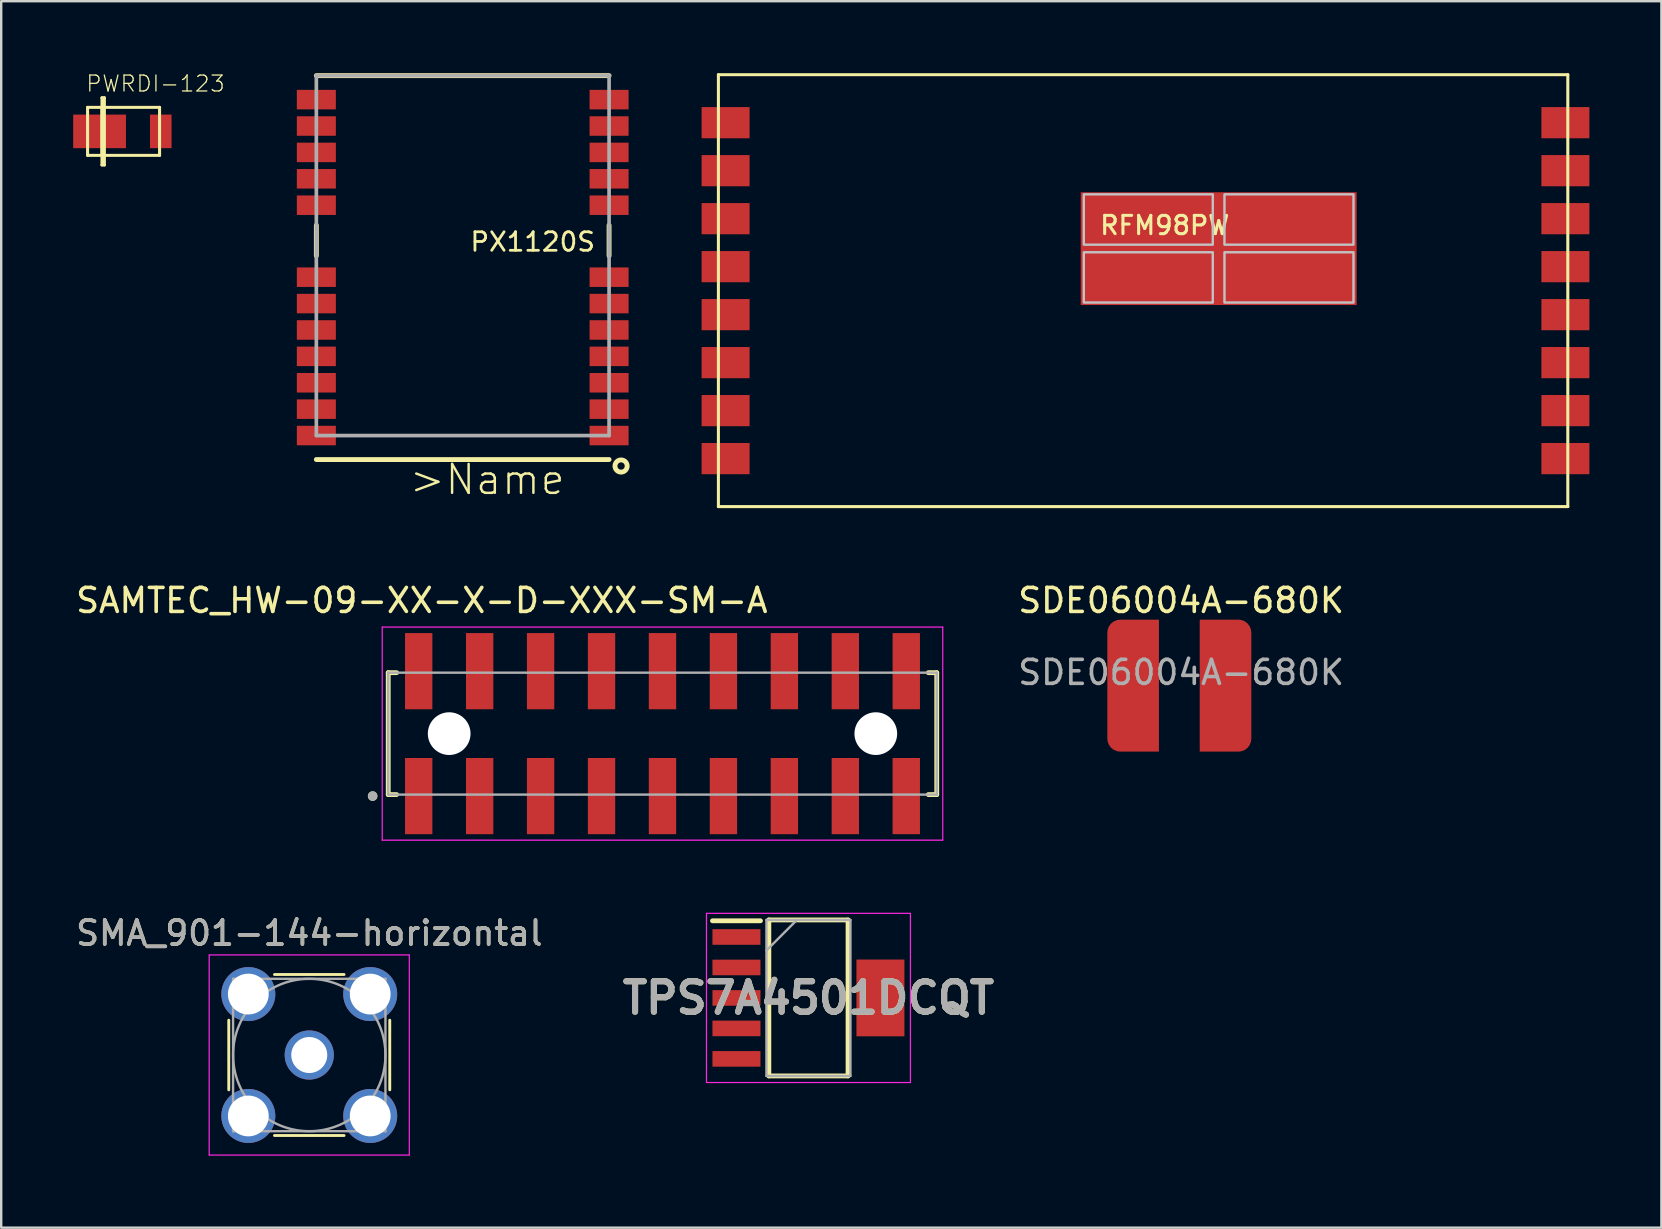
<source format=kicad_pcb>
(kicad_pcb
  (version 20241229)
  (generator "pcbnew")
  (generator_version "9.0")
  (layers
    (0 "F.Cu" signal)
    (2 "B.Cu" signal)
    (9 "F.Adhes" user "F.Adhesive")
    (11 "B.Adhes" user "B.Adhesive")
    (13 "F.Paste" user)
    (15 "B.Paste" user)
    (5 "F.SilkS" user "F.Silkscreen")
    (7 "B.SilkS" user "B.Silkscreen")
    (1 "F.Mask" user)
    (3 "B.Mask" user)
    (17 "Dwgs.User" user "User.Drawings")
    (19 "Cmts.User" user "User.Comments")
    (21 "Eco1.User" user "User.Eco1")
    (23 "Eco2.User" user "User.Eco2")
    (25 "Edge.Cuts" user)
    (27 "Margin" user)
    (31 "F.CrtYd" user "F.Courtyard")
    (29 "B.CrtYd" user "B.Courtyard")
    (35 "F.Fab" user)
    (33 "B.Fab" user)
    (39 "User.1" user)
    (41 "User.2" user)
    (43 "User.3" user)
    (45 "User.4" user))
  (footprint "PWRDI-123"
    (layer "F.Cu")
    (at 2.1 2.425)
    (property "Reference" "PWRDI-123" (at -1.6 -1.6 0) (layer "F.SilkS") (effects (font (size 0.665 0.665) (thickness 0.053)) (justify left bottom)))
    (attr smd)
    (fp_line (start -1.5 -1) (end -0.9 -1) (stroke (width 0.127) (type solid)) (layer "F.SilkS"))
    (fp_line (start -1.5 1) (end -1.5 -1) (stroke (width 0.127) (type solid)) (layer "F.SilkS"))
    (fp_line (start -0.9 -1.4) (end -0.9 1.4) (stroke (width 0.127) (type solid)) (layer "F.SilkS"))
    (fp_line (start -0.9 -1) (end -0.9 1) (stroke (width 0.127) (type solid)) (layer "F.SilkS"))
    (fp_line (start -0.9 -1) (end -0.8 -1) (stroke (width 0.127) (type solid)) (layer "F.SilkS"))
    (fp_line (start -0.9 1) (end -1.5 1) (stroke (width 0.127) (type solid)) (layer "F.SilkS"))
    (fp_line (start -0.9 1) (end -0.8 1) (stroke (width 0.127) (type solid)) (layer "F.SilkS"))
    (fp_line (start -0.9 1.4) (end -0.8 1.4) (stroke (width 0.127) (type solid)) (layer "F.SilkS"))
    (fp_line (start -0.8 -1.4) (end -0.9 -1.4) (stroke (width 0.127) (type solid)) (layer "F.SilkS"))
    (fp_line (start -0.8 -1) (end -0.8 -1.4) (stroke (width 0.127) (type solid)) (layer "F.SilkS"))
    (fp_line (start -0.8 -1) (end 1.5 -1) (stroke (width 0.127) (type solid)) (layer "F.SilkS"))
    (fp_line (start -0.8 1) (end -0.8 -1) (stroke (width 0.127) (type solid)) (layer "F.SilkS"))
    (fp_line (start -0.8 1.4) (end -0.8 1) (stroke (width 0.127) (type solid)) (layer "F.SilkS"))
    (fp_line (start 1.5 -1) (end 1.5 1) (stroke (width 0.127) (type solid)) (layer "F.SilkS"))
    (fp_line (start 1.5 1) (end -0.8 1) (stroke (width 0.127) (type solid)) (layer "F.SilkS"))
    (pad "A" smd rect (at 1.55 0) (size 0.9 1.4) (layers "F.Cu" "F.Mask" "F.Paste"))
    (pad "C" smd rect (at -1 0) (size 2.2 1.4) (layers "F.Cu" "F.Mask" "F.Paste")))
  (footprint "RFM98PW"
    (layer "F.Cu")
    (at 44.59 9.063)
    (property "Reference" "RFM98PW" (at -1.867 -3.167 180) (layer "F.SilkS") (effects (font (size 0.762 0.762) (thickness 0.127)) (justify left top)))
    (attr smd)
    (fp_line (start -17.7 -9) (end 17.7 -9) (stroke (width 0.127) (type solid)) (layer "F.SilkS"))
    (fp_line (start -17.7 9) (end -17.7 -9) (stroke (width 0.127) (type solid)) (layer "F.SilkS"))
    (fp_line (start -17.7 9) (end 17.7 9) (stroke (width 0.127) (type solid)) (layer "F.SilkS"))
    (fp_line (start 17.7 9) (end 17.7 -9) (stroke (width 0.127) (type solid)) (layer "F.SilkS"))
    (fp_poly (pts (xy 2.904 -1.917) (xy -2.472 -1.917) (xy -2.472 -4.013) (xy 2.904 -4.013)) (stroke (width 0.1) (type solid)) (fill no) (layer "Dwgs.User"))
    (fp_poly (pts (xy 2.904 0.496) (xy -2.472 0.496) (xy -2.472 -1.6) (xy 2.904 -1.6)) (stroke (width 0.1) (type solid)) (fill no) (layer "Dwgs.User"))
    (fp_poly (pts (xy 8.768 -1.917) (xy 3.391 -1.917) (xy 3.391 -4.013) (xy 8.768 -4.013)) (stroke (width 0.1) (type solid)) (fill no) (layer "Dwgs.User"))
    (fp_poly (pts (xy 8.768 0.496) (xy 3.391 0.496) (xy 3.391 -1.6) (xy 8.768 -1.6)) (stroke (width 0.1) (type solid)) (fill no) (layer "Dwgs.User"))
    (pad "1" smd rect (at 17.6 7) (size 2 1.3) (layers "F.Cu" "F.Mask" "F.Paste"))
    (pad "2" smd rect (at 17.6 5) (size 2 1.3) (layers "F.Cu" "F.Mask" "F.Paste"))
    (pad "3" smd rect (at 17.6 3) (size 2 1.3) (layers "F.Cu" "F.Mask" "F.Paste"))
    (pad "4" smd rect (at 17.6 1) (size 2 1.3) (layers "F.Cu" "F.Mask" "F.Paste"))
    (pad "5" smd rect (at 17.6 -1) (size 2 1.3) (layers "F.Cu" "F.Mask" "F.Paste"))
    (pad "6" smd rect (at 17.6 -3) (size 2 1.3) (layers "F.Cu" "F.Mask" "F.Paste"))
    (pad "7" smd rect (at 17.6 -5) (size 2 1.3) (layers "F.Cu" "F.Mask" "F.Paste"))
    (pad "8" smd rect (at 17.6 -7) (size 2 1.3) (layers "F.Cu" "F.Mask" "F.Paste"))
    (pad "9" smd rect (at -17.4 -7) (size 2 1.3) (layers "F.Cu" "F.Mask" "F.Paste"))
    (pad "10" smd rect (at -17.4 -5) (size 2 1.3) (layers "F.Cu" "F.Mask" "F.Paste"))
    (pad "11" smd rect (at -17.4 -3) (size 2 1.3) (layers "F.Cu" "F.Mask" "F.Paste"))
    (pad "12" smd rect (at -17.4 -1) (size 2 1.3) (layers "F.Cu" "F.Mask" "F.Paste"))
    (pad "13" smd rect (at -17.4 1) (size 2 1.3) (layers "F.Cu" "F.Mask" "F.Paste"))
    (pad "14" smd rect (at -17.4 3) (size 2 1.3) (layers "F.Cu" "F.Mask" "F.Paste"))
    (pad "15" smd rect (at -17.4 5) (size 2 1.3) (layers "F.Cu" "F.Mask" "F.Paste"))
    (pad "16" smd rect (at -17.4 7) (size 2 1.3) (layers "F.Cu" "F.Mask" "F.Paste"))
    (pad "17" smd rect (at 3.15 -1.75) (size 11.5 4.7) (layers "F.Cu" "F.Mask" "F.Paste")))
  (footprint "SDE06004A-680K"
    (layer "F.Cu")
    (at 46.175 22.475)
    (property "Reference" "SDE06004A-680K" (at 0 -0.5 0) (unlocked yes) (layer "F.SilkS") (effects (font (size 1 1) (thickness 0.15))))
    (attr smd)
    (fp_text user "${REFERENCE}" (at 0 2.5 0) (unlocked yes) (layer "F.Fab") (effects (font (size 1 1) (thickness 0.15))))
    (pad "1" smd roundrect (at -2 3.05) (size 2.15 5.5) (layers "F.Cu" "F.Mask" "F.Paste") (roundrect_rratio 0.25) (chamfer_ratio 0) (chamfer top_right bottom_right))
    (pad "2" smd roundrect (at 1.85 3.05) (size 2.15 5.5) (layers "F.Cu" "F.Mask" "F.Paste") (roundrect_rratio 0.25) (chamfer_ratio 0) (chamfer top_left bottom_left)))
  (footprint "SMA_901-144-horizontal"
    (layer "F.Cu")
    (at 9.839 40.919)
    (property "Reference" "SMA_901-144-horizontal" (at 0 -5.08 0) (layer "F.SilkS") (effects (font (size 1 1) (thickness 0.15))))
    (attr through_hole)
    (fp_line (start -3.355 -1.45) (end -3.355 1.45) (stroke (width 0.12) (type solid)) (layer "F.SilkS"))
    (fp_line (start -1.45 -3.355) (end 1.45 -3.355) (stroke (width 0.12) (type solid)) (layer "F.SilkS"))
    (fp_line (start -1.45 3.355) (end 1.45 3.355) (stroke (width 0.12) (type solid)) (layer "F.SilkS"))
    (fp_line (start 3.355 -1.45) (end 3.355 1.45) (stroke (width 0.12) (type solid)) (layer "F.SilkS"))
    (fp_line (start -4.17 -4.17) (end -4.17 4.17) (stroke (width 0.05) (type solid)) (layer "F.CrtYd"))
    (fp_line (start -4.17 -4.17) (end 4.17 -4.17) (stroke (width 0.05) (type solid)) (layer "F.CrtYd"))
    (fp_line (start 4.17 4.17) (end -4.17 4.17) (stroke (width 0.05) (type solid)) (layer "F.CrtYd"))
    (fp_line (start 4.17 4.17) (end 4.17 -4.17) (stroke (width 0.05) (type solid)) (layer "F.CrtYd"))
    (fp_line (start -3.175 -3.175) (end -3.175 3.175) (stroke (width 0.1) (type solid)) (layer "F.Fab"))
    (fp_line (start -3.175 -3.175) (end 3.175 -3.175) (stroke (width 0.1) (type solid)) (layer "F.Fab"))
    (fp_line (start -3.175 3.175) (end 3.175 3.175) (stroke (width 0.1) (type solid)) (layer "F.Fab"))
    (fp_line (start 3.175 -3.175) (end 3.175 3.175) (stroke (width 0.1) (type solid)) (layer "F.Fab"))
    (fp_circle (center 0 0) (end 3.175 0) (stroke (width 0.1) (type solid)) (fill no) (layer "F.Fab"))
    (fp_text user "${REFERENCE}" (at 0 -5.08 0) (layer "F.Fab") (effects (font (size 1 1) (thickness 0.15))))
    (pad "1" thru_hole circle (at 0 0) (size 2.05 2.05) (drill 1.5) (layers "*.Cu" "*.Mask"))
    (pad "2" thru_hole circle (at -2.54 -2.54) (size 2.25 2.25) (drill 1.7) (layers "*.Cu" "*.Mask"))
    (pad "2" thru_hole circle (at -2.54 2.54) (size 2.25 2.25) (drill 1.7) (layers "*.Cu" "*.Mask"))
    (pad "2" thru_hole circle (at 2.54 -2.54) (size 2.25 2.25) (drill 1.7) (layers "*.Cu" "*.Mask"))
    (pad "2" thru_hole circle (at 2.54 2.54) (size 2.25 2.25) (drill 1.7) (layers "*.Cu" "*.Mask")))
  (footprint "SAMTEC_HW-09-XX-X-D-XXX-SM-A"
    (layer "F.Cu")
    (at 24.56 27.525)
    (property "Reference" "SAMTEC_HW-09-XX-X-D-XXX-SM-A" (at -10.03 -5.55 0) (layer "F.SilkS") (effects (font (size 1 1) (thickness 0.15))))
    (attr smd)
    (fp_line (start -11.43 -2.54) (end -11.08 -2.54) (stroke (width 0.2) (type solid)) (layer "F.SilkS"))
    (fp_line (start -11.43 2.54) (end -11.43 -2.54) (stroke (width 0.2) (type solid)) (layer "F.SilkS"))
    (fp_line (start -11.08 2.54) (end -11.43 2.54) (stroke (width 0.2) (type solid)) (layer "F.SilkS"))
    (fp_line (start 11.08 -2.54) (end 11.43 -2.54) (stroke (width 0.2) (type solid)) (layer "F.SilkS"))
    (fp_line (start 11.08 2.54) (end 11.43 2.54) (stroke (width 0.2) (type solid)) (layer "F.SilkS"))
    (fp_line (start 11.43 -2.54) (end 11.43 2.54) (stroke (width 0.2) (type solid)) (layer "F.SilkS"))
    (fp_circle (center -12.08 2.603) (end -11.98 2.603) (stroke (width 0.2) (type solid)) (fill no) (layer "F.SilkS"))
    (fp_line (start -11.68 -4.44) (end 11.68 -4.44) (stroke (width 0.05) (type solid)) (layer "F.CrtYd"))
    (fp_line (start -11.68 4.44) (end -11.68 -4.44) (stroke (width 0.05) (type solid)) (layer "F.CrtYd"))
    (fp_line (start 11.68 -4.44) (end 11.68 4.44) (stroke (width 0.05) (type solid)) (layer "F.CrtYd"))
    (fp_line (start 11.68 4.44) (end -11.68 4.44) (stroke (width 0.05) (type solid)) (layer "F.CrtYd"))
    (fp_line (start -11.43 -2.54) (end 11.43 -2.54) (stroke (width 0.1) (type solid)) (layer "F.Fab"))
    (fp_line (start -11.43 2.54) (end -11.43 -2.54) (stroke (width 0.1) (type solid)) (layer "F.Fab"))
    (fp_line (start 11.43 -2.54) (end 11.43 2.54) (stroke (width 0.1) (type solid)) (layer "F.Fab"))
    (fp_line (start 11.43 2.54) (end -11.43 2.54) (stroke (width 0.1) (type solid)) (layer "F.Fab"))
    (fp_circle (center -12.08 2.603) (end -11.98 2.603) (stroke (width 0.2) (type solid)) (fill no) (layer "F.Fab"))
    (pad "" np_thru_hole circle (at -8.89 0) (size 1.78 1.78) (drill 1.78) (layers "*.Cu" "*.Mask"))
    (pad "" np_thru_hole circle (at 8.89 0) (size 1.78 1.78) (drill 1.78) (layers "*.Cu" "*.Mask"))
    (pad "01" smd rect (at -10.16 2.603) (size 1.14 3.175) (layers "F.Cu" "F.Mask" "F.Paste"))
    (pad "02" smd rect (at -10.16 -2.603) (size 1.14 3.175) (layers "F.Cu" "F.Mask" "F.Paste"))
    (pad "03" smd rect (at -7.62 2.603) (size 1.14 3.175) (layers "F.Cu" "F.Mask" "F.Paste"))
    (pad "04" smd rect (at -7.62 -2.603) (size 1.14 3.175) (layers "F.Cu" "F.Mask" "F.Paste"))
    (pad "05" smd rect (at -5.08 2.603) (size 1.14 3.175) (layers "F.Cu" "F.Mask" "F.Paste"))
    (pad "06" smd rect (at -5.08 -2.603) (size 1.14 3.175) (layers "F.Cu" "F.Mask" "F.Paste"))
    (pad "07" smd rect (at -2.54 2.603) (size 1.14 3.175) (layers "F.Cu" "F.Mask" "F.Paste"))
    (pad "08" smd rect (at -2.54 -2.603) (size 1.14 3.175) (layers "F.Cu" "F.Mask" "F.Paste"))
    (pad "09" smd rect (at 0 2.603) (size 1.14 3.175) (layers "F.Cu" "F.Mask" "F.Paste"))
    (pad "10" smd rect (at 0 -2.603) (size 1.14 3.175) (layers "F.Cu" "F.Mask" "F.Paste"))
    (pad "11" smd rect (at 2.54 2.603) (size 1.14 3.175) (layers "F.Cu" "F.Mask" "F.Paste"))
    (pad "12" smd rect (at 2.54 -2.603) (size 1.14 3.175) (layers "F.Cu" "F.Mask" "F.Paste"))
    (pad "13" smd rect (at 5.08 2.603) (size 1.14 3.175) (layers "F.Cu" "F.Mask" "F.Paste"))
    (pad "14" smd rect (at 5.08 -2.603) (size 1.14 3.175) (layers "F.Cu" "F.Mask" "F.Paste"))
    (pad "15" smd rect (at 7.62 2.603) (size 1.14 3.175) (layers "F.Cu" "F.Mask" "F.Paste"))
    (pad "16" smd rect (at 7.62 -2.603) (size 1.14 3.175) (layers "F.Cu" "F.Mask" "F.Paste"))
    (pad "17" smd rect (at 10.16 2.603) (size 1.14 3.175) (layers "F.Cu" "F.Mask" "F.Paste"))
    (pad "18" smd rect (at 10.16 -2.603) (size 1.14 3.175) (layers "F.Cu" "F.Mask" "F.Paste")))
  (footprint "TPS7A4501DCQT"
    (layer "F.Cu")
    (at 30.643 38.54)
    (property "Reference" "TPS7A4501DCQT" (at 0 0 0) (layer "F.SilkS") (effects (font (size 1.27 1.27) (thickness 0.254))))
    (attr smd)
    (fp_line (start -4 -3.215) (end -2 -3.215) (stroke (width 0.2) (type solid)) (layer "F.SilkS"))
    (fp_line (start -1.65 -3.25) (end 1.65 -3.25) (stroke (width 0.2) (type solid)) (layer "F.SilkS"))
    (fp_line (start -1.65 3.25) (end -1.65 -3.25) (stroke (width 0.2) (type solid)) (layer "F.SilkS"))
    (fp_line (start 1.65 -3.25) (end 1.65 3.25) (stroke (width 0.2) (type solid)) (layer "F.SilkS"))
    (fp_line (start 1.65 3.25) (end -1.65 3.25) (stroke (width 0.2) (type solid)) (layer "F.SilkS"))
    (fp_line (start -4.25 -3.525) (end 4.25 -3.525) (stroke (width 0.05) (type solid)) (layer "F.CrtYd"))
    (fp_line (start -4.25 3.525) (end -4.25 -3.525) (stroke (width 0.05) (type solid)) (layer "F.CrtYd"))
    (fp_line (start 4.25 -3.525) (end 4.25 3.525) (stroke (width 0.05) (type solid)) (layer "F.CrtYd"))
    (fp_line (start 4.25 3.525) (end -4.25 3.525) (stroke (width 0.05) (type solid)) (layer "F.CrtYd"))
    (fp_line (start -1.75 -3.25) (end 1.75 -3.25) (stroke (width 0.1) (type solid)) (layer "F.Fab"))
    (fp_line (start -1.75 -1.98) (end -0.48 -3.25) (stroke (width 0.1) (type solid)) (layer "F.Fab"))
    (fp_line (start -1.75 3.25) (end -1.75 -3.25) (stroke (width 0.1) (type solid)) (layer "F.Fab"))
    (fp_line (start 1.75 -3.25) (end 1.75 3.25) (stroke (width 0.1) (type solid)) (layer "F.Fab"))
    (fp_line (start 1.75 3.25) (end -1.75 3.25) (stroke (width 0.1) (type solid)) (layer "F.Fab"))
    (fp_text user "${REFERENCE}" (at 0 0 0) (layer "F.Fab") (effects (font (size 1.27 1.27) (thickness 0.254))))
    (pad "1" smd rect (at -3 -2.54 90) (size 0.65 2) (layers "F.Cu" "F.Mask" "F.Paste"))
    (pad "2" smd rect (at -3 -1.27 90) (size 0.65 2) (layers "F.Cu" "F.Mask" "F.Paste"))
    (pad "3" smd rect (at -3 0 90) (size 0.65 2) (layers "F.Cu" "F.Mask" "F.Paste"))
    (pad "4" smd rect (at -3 1.27 90) (size 0.65 2) (layers "F.Cu" "F.Mask" "F.Paste"))
    (pad "5" smd rect (at -3 2.54 90) (size 0.65 2) (layers "F.Cu" "F.Mask" "F.Paste"))
    (pad "6" smd rect (at 3 0) (size 2 3.2) (layers "F.Cu" "F.Mask" "F.Paste")))
  (footprint "PX1120S"
    (layer "F.Cu")
    (at 16.484 7.482)
    (property "Reference" "PX1120S" (at 0 0 180) (layer "F.SilkS") (effects (font (size 0.772 0.772) (thickness 0.116)) (justify left bottom)))
    (attr smd)
    (fp_line (start -6.35 -1.143) (end -6.35 0.127) (stroke (width 0.203) (type solid)) (layer "F.SilkS"))
    (fp_line (start -6.35 8.62) (end 5.85 8.62) (stroke (width 0.203) (type solid)) (layer "F.SilkS"))
    (fp_line (start 5.85 -7.38) (end -6.35 -7.38) (stroke (width 0.203) (type solid)) (layer "F.SilkS"))
    (fp_line (start 5.85 0.127) (end 5.85 -1.143) (stroke (width 0.203) (type solid)) (layer "F.SilkS"))
    (fp_circle (center 6.35 8.89) (end 6.604 8.89) (stroke (width 0.203) (type solid)) (fill no) (layer "F.SilkS"))
    (fp_line (start -6.35 -7.38) (end -6.35 7.62) (stroke (width 0.152) (type solid)) (layer "F.Fab"))
    (fp_line (start -6.35 7.62) (end 5.85 7.62) (stroke (width 0.152) (type solid)) (layer "F.Fab"))
    (fp_line (start 5.85 -7.38) (end -6.35 -7.38) (stroke (width 0.152) (type solid)) (layer "F.Fab"))
    (fp_line (start 5.85 7.62) (end 5.85 -7.38) (stroke (width 0.152) (type solid)) (layer "F.Fab"))
    (fp_text user ">Name" (at -2.54 10.16 0) (layer "F.SilkS") (effects (font (size 1.206 1.206) (thickness 0.102)) (justify left bottom)))
    (pad "1" smd rect (at 5.85 7.62 90) (size 0.813 1.626) (layers "F.Cu" "F.Mask" "F.Paste"))
    (pad "2" smd rect (at 5.85 6.52 90) (size 0.813 1.626) (layers "F.Cu" "F.Mask" "F.Paste"))
    (pad "3" smd rect (at 5.85 5.42 90) (size 0.813 1.626) (layers "F.Cu" "F.Mask" "F.Paste"))
    (pad "4" smd rect (at 5.85 4.32 90) (size 0.813 1.626) (layers "F.Cu" "F.Mask" "F.Paste"))
    (pad "5" smd rect (at 5.85 3.22 90) (size 0.813 1.626) (layers "F.Cu" "F.Mask" "F.Paste"))
    (pad "6" smd rect (at 5.85 2.12 90) (size 0.813 1.626) (layers "F.Cu" "F.Mask" "F.Paste"))
    (pad "7" smd rect (at 5.85 1.02 90) (size 0.813 1.626) (layers "F.Cu" "F.Mask" "F.Paste"))
    (pad "8" smd rect (at 5.85 -1.98 90) (size 0.813 1.626) (layers "F.Cu" "F.Mask" "F.Paste"))
    (pad "9" smd rect (at 5.85 -3.08 90) (size 0.813 1.626) (layers "F.Cu" "F.Mask" "F.Paste"))
    (pad "10" smd rect (at 5.85 -4.18 90) (size 0.813 1.626) (layers "F.Cu" "F.Mask" "F.Paste"))
    (pad "11" smd rect (at 5.85 -5.28 90) (size 0.813 1.626) (layers "F.Cu" "F.Mask" "F.Paste"))
    (pad "12" smd rect (at 5.85 -6.38 90) (size 0.813 1.626) (layers "F.Cu" "F.Mask" "F.Paste"))
    (pad "13" smd rect (at -6.35 -6.38 90) (size 0.813 1.626) (layers "F.Cu" "F.Mask" "F.Paste"))
    (pad "14" smd rect (at -6.35 -5.28 90) (size 0.813 1.626) (layers "F.Cu" "F.Mask" "F.Paste"))
    (pad "15" smd rect (at -6.35 -4.18 90) (size 0.813 1.626) (layers "F.Cu" "F.Mask" "F.Paste"))
    (pad "16" smd rect (at -6.35 -3.08 90) (size 0.813 1.626) (layers "F.Cu" "F.Mask" "F.Paste"))
    (pad "17" smd rect (at -6.35 -1.98 90) (size 0.813 1.626) (layers "F.Cu" "F.Mask" "F.Paste"))
    (pad "18" smd rect (at -6.35 1.02 90) (size 0.813 1.626) (layers "F.Cu" "F.Mask" "F.Paste"))
    (pad "19" smd rect (at -6.35 2.12 90) (size 0.813 1.626) (layers "F.Cu" "F.Mask" "F.Paste"))
    (pad "20" smd rect (at -6.35 3.22 90) (size 0.813 1.626) (layers "F.Cu" "F.Mask" "F.Paste"))
    (pad "21" smd rect (at -6.35 4.32 90) (size 0.813 1.626) (layers "F.Cu" "F.Mask" "F.Paste"))
    (pad "22" smd rect (at -6.35 5.42 90) (size 0.813 1.626) (layers "F.Cu" "F.Mask" "F.Paste"))
    (pad "23" smd rect (at -6.35 6.52 90) (size 0.813 1.626) (layers "F.Cu" "F.Mask" "F.Paste"))
    (pad "24" smd rect (at -6.35 7.62 90) (size 0.813 1.626) (layers "F.Cu" "F.Mask" "F.Paste")))
  (gr_rect
    (start -3 -3)
    (end 66.19 48.114)
    (stroke (width 0.1) (type default))
    (fill no)
    (layer "Edge.Cuts")))
</source>
